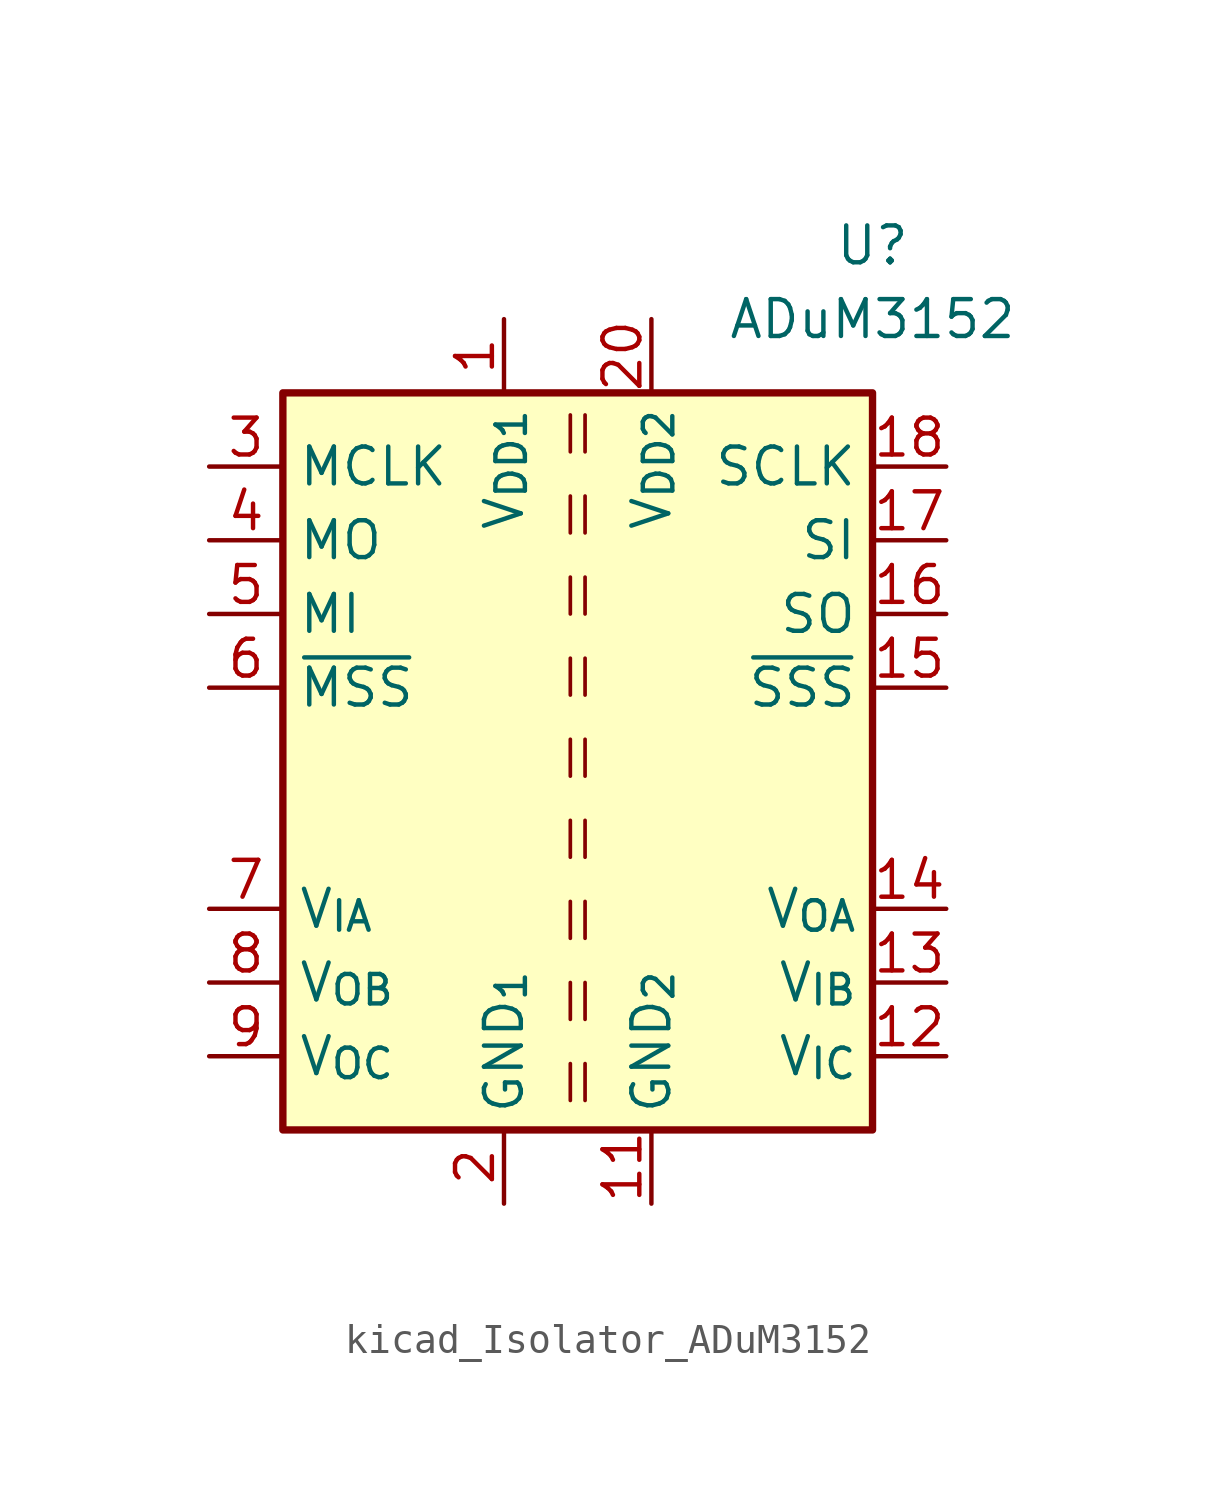
<source format=kicad_sym>
(kicad_symbol_lib
  (version 20220914)
  (generator kicad_symbol_editor)
  (symbol "kicad_Isolator_ADuM3152"
    (property "Reference" "U"
      (at 10.16 17.78 0)
      (effects (font (size 1.27 1.27))))
    (property "Value" "ADuM3152"
      (at 10.16 15.24 0)
      (effects (font (size 1.27 1.27))))
    (symbol "kicad_Isolator_ADuM3152_0_0"
      (rectangle (start -10.16 12.7) (end 10.16 -12.7) (stroke (width 0.254) (type default)) (fill (type background))))
    (symbol "kicad_Isolator_ADuM3152_1_1"
      (polyline (pts (xy -0.254 -10.414) (xy -0.254 -11.684)) (stroke (width 0.127) (type default)) (fill (type none)))
      (polyline (pts (xy -0.254 -7.62) (xy -0.254 -8.89)) (stroke (width 0.127) (type default)) (fill (type none)))
      (polyline (pts (xy -0.254 -4.826) (xy -0.254 -6.096)) (stroke (width 0.127) (type default)) (fill (type none)))
      (polyline (pts (xy -0.254 -2.032) (xy -0.254 -3.302)) (stroke (width 0.127) (type default)) (fill (type none)))
      (polyline (pts (xy -0.254 0.762) (xy -0.254 -0.508)) (stroke (width 0.127) (type default)) (fill (type none)))
      (polyline (pts (xy -0.254 3.556) (xy -0.254 2.286)) (stroke (width 0.127) (type default)) (fill (type none)))
      (polyline (pts (xy -0.254 6.35) (xy -0.254 5.08)) (stroke (width 0.127) (type default)) (fill (type none)))
      (polyline (pts (xy -0.254 9.144) (xy -0.254 7.874)) (stroke (width 0.127) (type default)) (fill (type none)))
      (polyline (pts (xy -0.254 11.938) (xy -0.254 10.668)) (stroke (width 0.127) (type default)) (fill (type none)))
      (polyline (pts (xy 0.254 -10.414) (xy 0.254 -11.684)) (stroke (width 0.127) (type default)) (fill (type none)))
      (polyline (pts (xy 0.254 -7.62) (xy 0.254 -8.89)) (stroke (width 0.127) (type default)) (fill (type none)))
      (polyline (pts (xy 0.254 -4.826) (xy 0.254 -6.096)) (stroke (width 0.127) (type default)) (fill (type none)))
      (polyline (pts (xy 0.254 -2.032) (xy 0.254 -3.302)) (stroke (width 0.127) (type default)) (fill (type none)))
      (polyline (pts (xy 0.254 0.762) (xy 0.254 -0.508)) (stroke (width 0.127) (type default)) (fill (type none)))
      (polyline (pts (xy 0.254 3.556) (xy 0.254 2.286)) (stroke (width 0.127) (type default)) (fill (type none)))
      (polyline (pts (xy 0.254 6.35) (xy 0.254 5.08)) (stroke (width 0.127) (type default)) (fill (type none)))
      (polyline (pts (xy 0.254 9.144) (xy 0.254 7.874)) (stroke (width 0.127) (type default)) (fill (type none)))
      (polyline (pts (xy 0.254 11.938) (xy 0.254 10.668)) (stroke (width 0.127) (type default)) (fill (type none)))
      (pin power_in line (at -2.54 15.24 270) (length 2.54) (name "V_{DD1}" (effects (font (size 1.27 1.27)))) (number "1" (effects (font (size 1.27 1.27)))))
      (pin passive line (at -2.54 -15.24 90) (length 2.54) hide (name "GND_{1}" (effects (font (size 1.27 1.27)))) (number "10" (effects (font (size 1.27 1.27)))))
      (pin power_in line (at 2.54 -15.24 90) (length 2.54) (name "GND_{2}" (effects (font (size 1.27 1.27)))) (number "11" (effects (font (size 1.27 1.27)))))
      (pin input line (at 12.7 -10.16 180) (length 2.54) (name "V_{IC}" (effects (font (size 1.27 1.27)))) (number "12" (effects (font (size 1.27 1.27)))))
      (pin input line (at 12.7 -7.62 180) (length 2.54) (name "V_{IB}" (effects (font (size 1.27 1.27)))) (number "13" (effects (font (size 1.27 1.27)))))
      (pin output line (at 12.7 -5.08 180) (length 2.54) (name "V_{OA}" (effects (font (size 1.27 1.27)))) (number "14" (effects (font (size 1.27 1.27)))))
      (pin output line (at 12.7 2.54 180) (length 2.54) (name "~{SSS}" (effects (font (size 1.27 1.27)))) (number "15" (effects (font (size 1.27 1.27)))))
      (pin input line (at 12.7 5.08 180) (length 2.54) (name "SO" (effects (font (size 1.27 1.27)))) (number "16" (effects (font (size 1.27 1.27)))))
      (pin output line (at 12.7 7.62 180) (length 2.54) (name "SI" (effects (font (size 1.27 1.27)))) (number "17" (effects (font (size 1.27 1.27)))))
      (pin output line (at 12.7 10.16 180) (length 2.54) (name "SCLK" (effects (font (size 1.27 1.27)))) (number "18" (effects (font (size 1.27 1.27)))))
      (pin passive line (at 2.54 -15.24 90) (length 2.54) hide (name "GND_{2}" (effects (font (size 1.27 1.27)))) (number "19" (effects (font (size 1.27 1.27)))))
      (pin power_in line (at -2.54 -15.24 90) (length 2.54) (name "GND_{1}" (effects (font (size 1.27 1.27)))) (number "2" (effects (font (size 1.27 1.27)))))
      (pin power_in line (at 2.54 15.24 270) (length 2.54) (name "V_{DD2}" (effects (font (size 1.27 1.27)))) (number "20" (effects (font (size 1.27 1.27)))))
      (pin input line (at -12.7 10.16 0) (length 2.54) (name "MCLK" (effects (font (size 1.27 1.27)))) (number "3" (effects (font (size 1.27 1.27)))))
      (pin input line (at -12.7 7.62 0) (length 2.54) (name "MO" (effects (font (size 1.27 1.27)))) (number "4" (effects (font (size 1.27 1.27)))))
      (pin output line (at -12.7 5.08 0) (length 2.54) (name "MI" (effects (font (size 1.27 1.27)))) (number "5" (effects (font (size 1.27 1.27)))))
      (pin input line (at -12.7 2.54 0) (length 2.54) (name "~{MSS}" (effects (font (size 1.27 1.27)))) (number "6" (effects (font (size 1.27 1.27)))))
      (pin input line (at -12.7 -5.08 0) (length 2.54) (name "V_{IA}" (effects (font (size 1.27 1.27)))) (number "7" (effects (font (size 1.27 1.27)))))
      (pin output line (at -12.7 -7.62 0) (length 2.54) (name "V_{OB}" (effects (font (size 1.27 1.27)))) (number "8" (effects (font (size 1.27 1.27)))))
      (pin output line (at -12.7 -10.16 0) (length 2.54) (name "V_{OC}" (effects (font (size 1.27 1.27)))) (number "9" (effects (font (size 1.27 1.27))))))))
</source>
